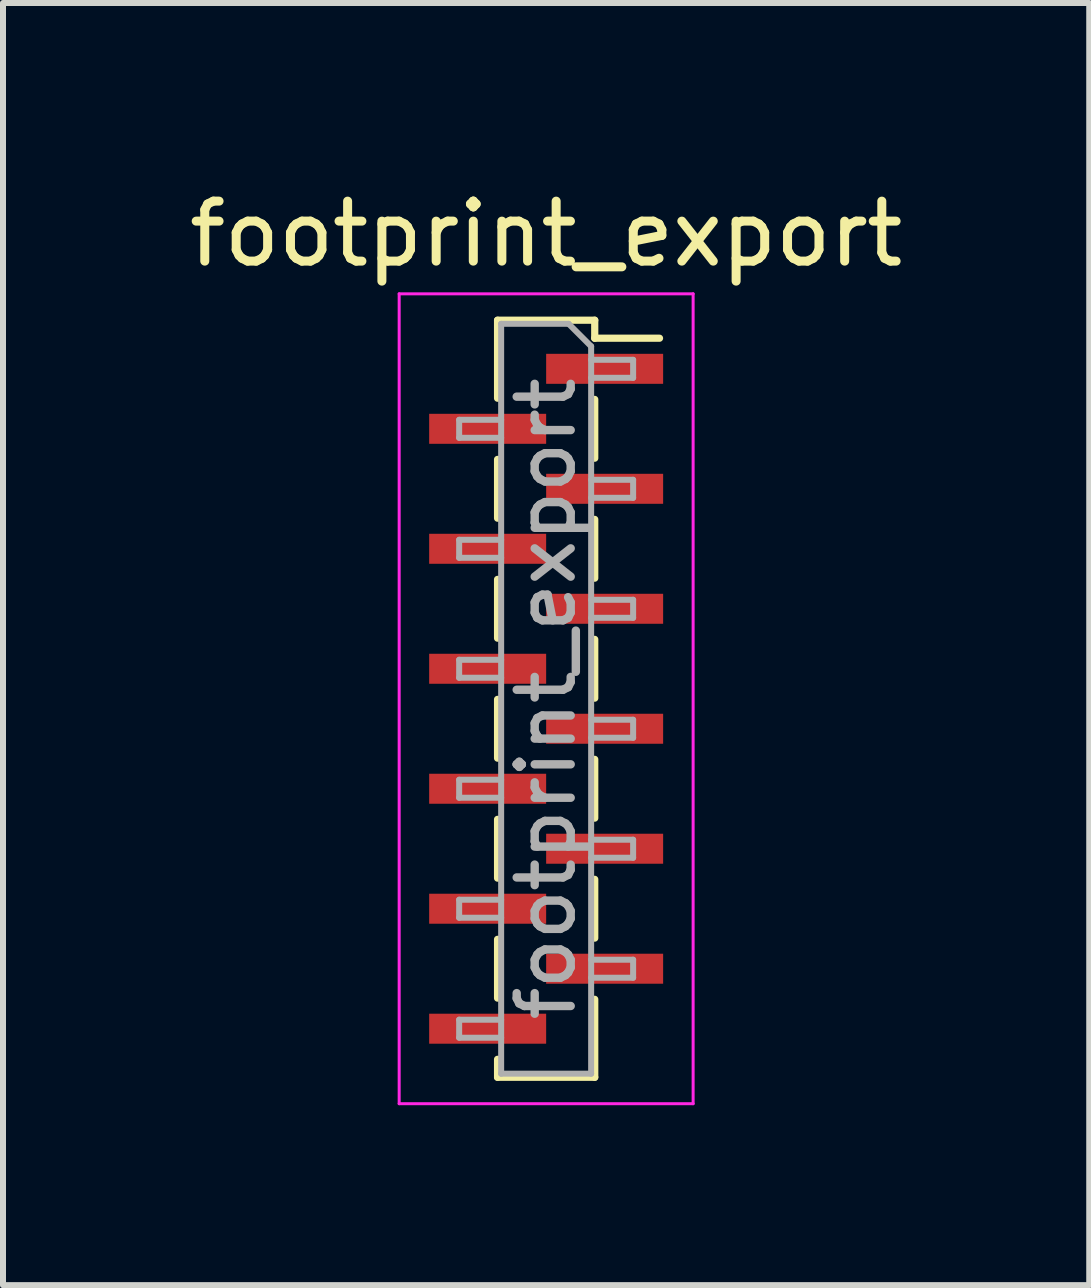
<source format=kicad_pcb>
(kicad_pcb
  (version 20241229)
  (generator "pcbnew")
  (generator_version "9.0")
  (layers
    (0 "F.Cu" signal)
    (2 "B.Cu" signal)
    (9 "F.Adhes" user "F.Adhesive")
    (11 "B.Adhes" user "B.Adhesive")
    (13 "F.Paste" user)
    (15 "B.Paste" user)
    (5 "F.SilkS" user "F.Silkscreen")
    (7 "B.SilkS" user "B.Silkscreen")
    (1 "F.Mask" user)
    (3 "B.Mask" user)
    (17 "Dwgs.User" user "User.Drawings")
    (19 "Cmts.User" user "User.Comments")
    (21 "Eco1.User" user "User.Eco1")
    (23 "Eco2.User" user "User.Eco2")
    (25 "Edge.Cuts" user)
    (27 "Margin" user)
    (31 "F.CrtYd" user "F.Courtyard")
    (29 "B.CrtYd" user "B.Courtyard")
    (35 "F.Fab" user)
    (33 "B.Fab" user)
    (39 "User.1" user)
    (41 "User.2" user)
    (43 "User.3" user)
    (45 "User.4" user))
  (footprint "footprint_export"
    (layer "F.Cu")
    (at 6.054 8.598)
    (property "Reference" "footprint_export" (at 0 -7.75 0) (layer "F.SilkS") (effects (font (size 1 1) (thickness 0.15))))
    (attr smd)
    (fp_line (start -0.81 -6.31) (end -0.81 -5.01) (stroke (width 0.12) (type solid)) (layer "F.SilkS"))
    (fp_line (start -0.81 -6.31) (end 0.81 -6.31) (stroke (width 0.12) (type solid)) (layer "F.SilkS"))
    (fp_line (start -0.81 -3.99) (end -0.81 -3.01) (stroke (width 0.12) (type solid)) (layer "F.SilkS"))
    (fp_line (start -0.81 -1.99) (end -0.81 -1.01) (stroke (width 0.12) (type solid)) (layer "F.SilkS"))
    (fp_line (start -0.81 0.01) (end -0.81 0.99) (stroke (width 0.12) (type solid)) (layer "F.SilkS"))
    (fp_line (start -0.81 2.01) (end -0.81 2.99) (stroke (width 0.12) (type solid)) (layer "F.SilkS"))
    (fp_line (start -0.81 4.01) (end -0.81 4.99) (stroke (width 0.12) (type solid)) (layer "F.SilkS"))
    (fp_line (start -0.81 6.01) (end -0.81 6.31) (stroke (width 0.12) (type solid)) (layer "F.SilkS"))
    (fp_line (start -0.81 6.31) (end 0.81 6.31) (stroke (width 0.12) (type solid)) (layer "F.SilkS"))
    (fp_line (start 0.81 -6.31) (end 0.81 -6.01) (stroke (width 0.12) (type solid)) (layer "F.SilkS"))
    (fp_line (start 0.81 -6.01) (end 1.89 -6.01) (stroke (width 0.12) (type solid)) (layer "F.SilkS"))
    (fp_line (start 0.81 -4.99) (end 0.81 -4.01) (stroke (width 0.12) (type solid)) (layer "F.SilkS"))
    (fp_line (start 0.81 -2.99) (end 0.81 -2.01) (stroke (width 0.12) (type solid)) (layer "F.SilkS"))
    (fp_line (start 0.81 -0.99) (end 0.81 -0.01) (stroke (width 0.12) (type solid)) (layer "F.SilkS"))
    (fp_line (start 0.81 1.01) (end 0.81 1.99) (stroke (width 0.12) (type solid)) (layer "F.SilkS"))
    (fp_line (start 0.81 3.01) (end 0.81 3.99) (stroke (width 0.12) (type solid)) (layer "F.SilkS"))
    (fp_line (start 0.81 5.01) (end 0.81 6.31) (stroke (width 0.12) (type solid)) (layer "F.SilkS"))
    (fp_line (start -2.45 -6.75) (end 2.45 -6.75) (stroke (width 0.05) (type solid)) (layer "F.CrtYd"))
    (fp_line (start -2.45 6.75) (end -2.45 -6.75) (stroke (width 0.05) (type solid)) (layer "F.CrtYd"))
    (fp_line (start 2.45 -6.75) (end 2.45 6.75) (stroke (width 0.05) (type solid)) (layer "F.CrtYd"))
    (fp_line (start 2.45 6.75) (end -2.45 6.75) (stroke (width 0.05) (type solid)) (layer "F.CrtYd"))
    (fp_line (start -1.45 -4.65) (end -0.75 -4.65) (stroke (width 0.1) (type solid)) (layer "F.Fab"))
    (fp_line (start -1.45 -4.35) (end -1.45 -4.65) (stroke (width 0.1) (type solid)) (layer "F.Fab"))
    (fp_line (start -1.45 -2.65) (end -0.75 -2.65) (stroke (width 0.1) (type solid)) (layer "F.Fab"))
    (fp_line (start -1.45 -2.35) (end -1.45 -2.65) (stroke (width 0.1) (type solid)) (layer "F.Fab"))
    (fp_line (start -1.45 -0.65) (end -0.75 -0.65) (stroke (width 0.1) (type solid)) (layer "F.Fab"))
    (fp_line (start -1.45 -0.35) (end -1.45 -0.65) (stroke (width 0.1) (type solid)) (layer "F.Fab"))
    (fp_line (start -1.45 1.35) (end -0.75 1.35) (stroke (width 0.1) (type solid)) (layer "F.Fab"))
    (fp_line (start -1.45 1.65) (end -1.45 1.35) (stroke (width 0.1) (type solid)) (layer "F.Fab"))
    (fp_line (start -1.45 3.35) (end -0.75 3.35) (stroke (width 0.1) (type solid)) (layer "F.Fab"))
    (fp_line (start -1.45 3.65) (end -1.45 3.35) (stroke (width 0.1) (type solid)) (layer "F.Fab"))
    (fp_line (start -1.45 5.35) (end -0.75 5.35) (stroke (width 0.1) (type solid)) (layer "F.Fab"))
    (fp_line (start -1.45 5.65) (end -1.45 5.35) (stroke (width 0.1) (type solid)) (layer "F.Fab"))
    (fp_line (start -0.75 -6.25) (end 0.375 -6.25) (stroke (width 0.1) (type solid)) (layer "F.Fab"))
    (fp_line (start -0.75 -4.35) (end -1.45 -4.35) (stroke (width 0.1) (type solid)) (layer "F.Fab"))
    (fp_line (start -0.75 -2.35) (end -1.45 -2.35) (stroke (width 0.1) (type solid)) (layer "F.Fab"))
    (fp_line (start -0.75 -0.35) (end -1.45 -0.35) (stroke (width 0.1) (type solid)) (layer "F.Fab"))
    (fp_line (start -0.75 1.65) (end -1.45 1.65) (stroke (width 0.1) (type solid)) (layer "F.Fab"))
    (fp_line (start -0.75 3.65) (end -1.45 3.65) (stroke (width 0.1) (type solid)) (layer "F.Fab"))
    (fp_line (start -0.75 5.65) (end -1.45 5.65) (stroke (width 0.1) (type solid)) (layer "F.Fab"))
    (fp_line (start -0.75 6.25) (end -0.75 -6.25) (stroke (width 0.1) (type solid)) (layer "F.Fab"))
    (fp_line (start 0.375 -6.25) (end 0.75 -5.875) (stroke (width 0.1) (type solid)) (layer "F.Fab"))
    (fp_line (start 0.75 -5.875) (end 0.75 6.25) (stroke (width 0.1) (type solid)) (layer "F.Fab"))
    (fp_line (start 0.75 -5.65) (end 1.45 -5.65) (stroke (width 0.1) (type solid)) (layer "F.Fab"))
    (fp_line (start 0.75 -3.65) (end 1.45 -3.65) (stroke (width 0.1) (type solid)) (layer "F.Fab"))
    (fp_line (start 0.75 -1.65) (end 1.45 -1.65) (stroke (width 0.1) (type solid)) (layer "F.Fab"))
    (fp_line (start 0.75 0.35) (end 1.45 0.35) (stroke (width 0.1) (type solid)) (layer "F.Fab"))
    (fp_line (start 0.75 2.35) (end 1.45 2.35) (stroke (width 0.1) (type solid)) (layer "F.Fab"))
    (fp_line (start 0.75 4.35) (end 1.45 4.35) (stroke (width 0.1) (type solid)) (layer "F.Fab"))
    (fp_line (start 0.75 6.25) (end -0.75 6.25) (stroke (width 0.1) (type solid)) (layer "F.Fab"))
    (fp_line (start 1.45 -5.65) (end 1.45 -5.35) (stroke (width 0.1) (type solid)) (layer "F.Fab"))
    (fp_line (start 1.45 -5.35) (end 0.75 -5.35) (stroke (width 0.1) (type solid)) (layer "F.Fab"))
    (fp_line (start 1.45 -3.65) (end 1.45 -3.35) (stroke (width 0.1) (type solid)) (layer "F.Fab"))
    (fp_line (start 1.45 -3.35) (end 0.75 -3.35) (stroke (width 0.1) (type solid)) (layer "F.Fab"))
    (fp_line (start 1.45 -1.65) (end 1.45 -1.35) (stroke (width 0.1) (type solid)) (layer "F.Fab"))
    (fp_line (start 1.45 -1.35) (end 0.75 -1.35) (stroke (width 0.1) (type solid)) (layer "F.Fab"))
    (fp_line (start 1.45 0.35) (end 1.45 0.65) (stroke (width 0.1) (type solid)) (layer "F.Fab"))
    (fp_line (start 1.45 0.65) (end 0.75 0.65) (stroke (width 0.1) (type solid)) (layer "F.Fab"))
    (fp_line (start 1.45 2.35) (end 1.45 2.65) (stroke (width 0.1) (type solid)) (layer "F.Fab"))
    (fp_line (start 1.45 2.65) (end 0.75 2.65) (stroke (width 0.1) (type solid)) (layer "F.Fab"))
    (fp_line (start 1.45 4.35) (end 1.45 4.65) (stroke (width 0.1) (type solid)) (layer "F.Fab"))
    (fp_line (start 1.45 4.65) (end 0.75 4.65) (stroke (width 0.1) (type solid)) (layer "F.Fab"))
    (fp_text user "${REFERENCE}" (at 0 0 90) (layer "F.Fab") (effects (font (size 0.9 0.9) (thickness 0.14))))
    (pad "1" smd rect (at 0.975 -5.5) (size 1.95 0.5) (layers "F.Cu" "F.Mask" "F.Paste"))
    (pad "2" smd rect (at -0.975 -4.5) (size 1.95 0.5) (layers "F.Cu" "F.Mask" "F.Paste"))
    (pad "3" smd rect (at 0.975 -3.5) (size 1.95 0.5) (layers "F.Cu" "F.Mask" "F.Paste"))
    (pad "4" smd rect (at -0.975 -2.5) (size 1.95 0.5) (layers "F.Cu" "F.Mask" "F.Paste"))
    (pad "5" smd rect (at 0.975 -1.5) (size 1.95 0.5) (layers "F.Cu" "F.Mask" "F.Paste"))
    (pad "6" smd rect (at -0.975 -0.5) (size 1.95 0.5) (layers "F.Cu" "F.Mask" "F.Paste"))
    (pad "7" smd rect (at 0.975 0.5) (size 1.95 0.5) (layers "F.Cu" "F.Mask" "F.Paste"))
    (pad "8" smd rect (at -0.975 1.5) (size 1.95 0.5) (layers "F.Cu" "F.Mask" "F.Paste"))
    (pad "9" smd rect (at 0.975 2.5) (size 1.95 0.5) (layers "F.Cu" "F.Mask" "F.Paste"))
    (pad "10" smd rect (at -0.975 3.5) (size 1.95 0.5) (layers "F.Cu" "F.Mask" "F.Paste"))
    (pad "11" smd rect (at 0.975 4.5) (size 1.95 0.5) (layers "F.Cu" "F.Mask" "F.Paste"))
    (pad "12" smd rect (at -0.975 5.5) (size 1.95 0.5) (layers "F.Cu" "F.Mask" "F.Paste")))
  (gr_rect
    (start -3 -3)
    (end 15.107 18.373)
    (stroke (width 0.1) (type default))
    (fill no)
    (layer "Edge.Cuts")))
</source>
